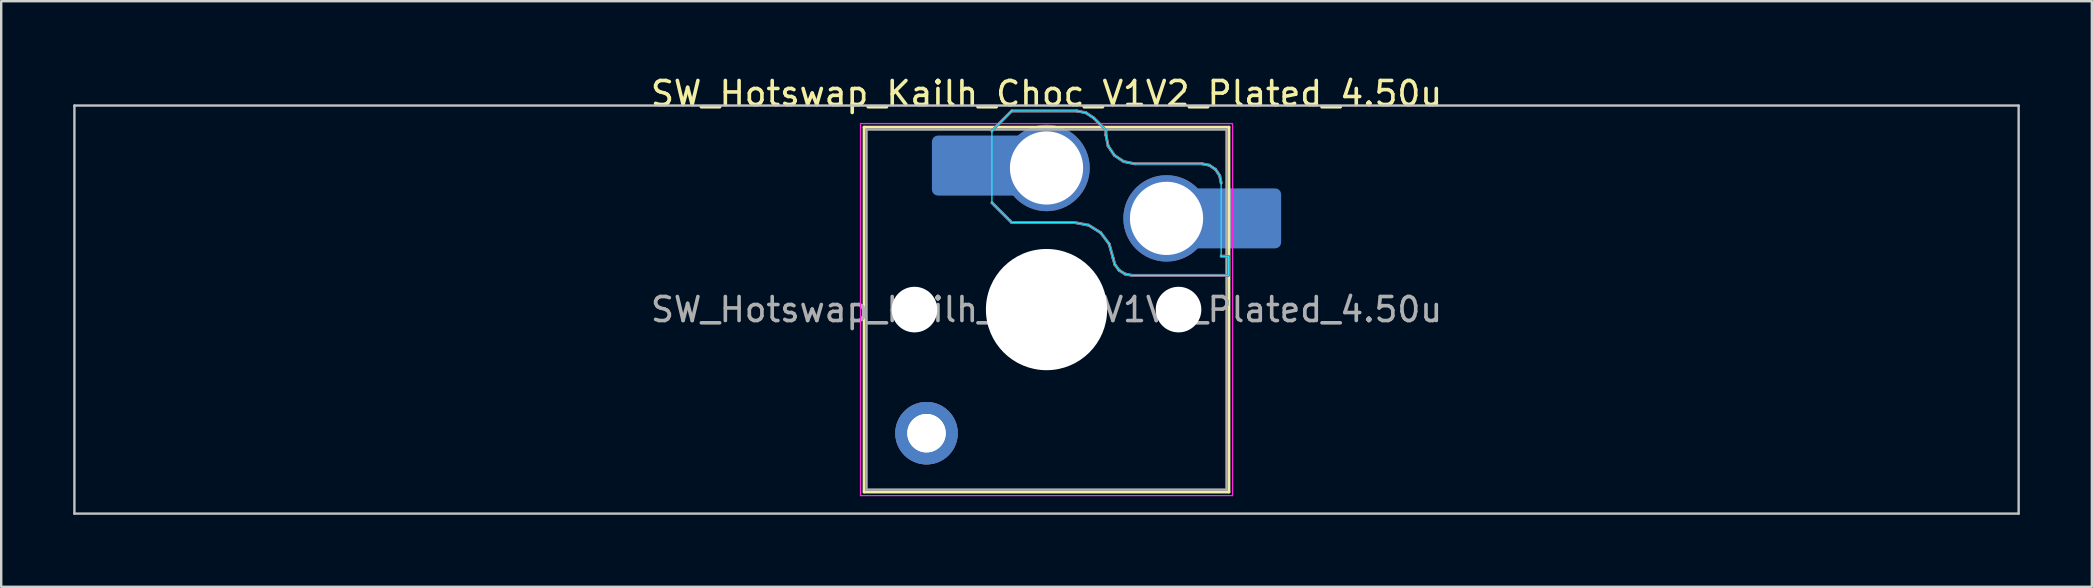
<source format=kicad_pcb>
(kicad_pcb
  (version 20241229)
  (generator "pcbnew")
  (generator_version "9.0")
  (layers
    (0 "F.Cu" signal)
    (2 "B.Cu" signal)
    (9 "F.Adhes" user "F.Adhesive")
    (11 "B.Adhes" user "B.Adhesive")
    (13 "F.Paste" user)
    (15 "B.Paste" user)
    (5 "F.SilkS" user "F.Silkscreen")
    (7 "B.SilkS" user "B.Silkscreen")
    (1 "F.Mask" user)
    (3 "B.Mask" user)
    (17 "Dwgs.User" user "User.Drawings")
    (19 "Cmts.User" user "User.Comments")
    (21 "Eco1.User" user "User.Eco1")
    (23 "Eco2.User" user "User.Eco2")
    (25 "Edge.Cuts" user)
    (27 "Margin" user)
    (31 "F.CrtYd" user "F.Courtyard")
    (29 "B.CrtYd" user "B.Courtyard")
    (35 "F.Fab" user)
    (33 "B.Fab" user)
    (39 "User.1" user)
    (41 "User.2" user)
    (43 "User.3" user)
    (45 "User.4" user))
  (footprint "SW_Hotswap_Kailh_Choc_V1V2_Plated_4.50u"
    (layer "F.Cu")
    (at 40.55 9.848)
    (property "Reference" "SW_Hotswap_Kailh_Choc_V1V2_Plated_4.50u" (at 0 -9 0) (layer "F.SilkS") (effects (font (size 1 1) (thickness 0.15))))
    (attr smd)
    (fp_line (start -7.6 -7.6) (end -7.6 7.6) (stroke (width 0.12) (type solid)) (layer "F.SilkS"))
    (fp_line (start -7.6 7.6) (end 7.6 7.6) (stroke (width 0.12) (type solid)) (layer "F.SilkS"))
    (fp_line (start 7.6 -7.6) (end -7.6 -7.6) (stroke (width 0.12) (type solid)) (layer "F.SilkS"))
    (fp_line (start 7.6 7.6) (end 7.6 -7.6) (stroke (width 0.12) (type solid)) (layer "F.SilkS"))
    (fp_line (start -2.275 -7.45) (end -1.45 -8.275) (stroke (width 0.12) (type solid)) (layer "B.SilkS"))
    (fp_line (start -1.45 -8.275) (end 1.261 -8.275) (stroke (width 0.12) (type solid)) (layer "B.SilkS"))
    (fp_line (start -1.45 -3.625) (end -2.275 -4.45) (stroke (width 0.12) (type solid)) (layer "B.SilkS"))
    (fp_line (start 1.175 -3.625) (end -1.45 -3.625) (stroke (width 0.12) (type solid)) (layer "B.SilkS"))
    (fp_line (start 1.261 -8.275) (end 1.643 -8.199) (stroke (width 0.12) (type solid)) (layer "B.SilkS"))
    (fp_line (start 1.643 -8.199) (end 1.968 -7.982) (stroke (width 0.12) (type solid)) (layer "B.SilkS"))
    (fp_line (start 1.756 -3.516) (end 1.175 -3.625) (stroke (width 0.12) (type solid)) (layer "B.SilkS"))
    (fp_line (start 1.968 -7.982) (end 2.475 -7.475) (stroke (width 0.12) (type solid)) (layer "B.SilkS"))
    (fp_line (start 2.258 -3.203) (end 1.756 -3.516) (stroke (width 0.12) (type solid)) (layer "B.SilkS"))
    (fp_line (start 2.475 -7.475) (end 2.475 -7.275) (stroke (width 0.12) (type solid)) (layer "B.SilkS"))
    (fp_line (start 2.475 -7.275) (end 2.566 -6.816) (stroke (width 0.12) (type solid)) (layer "B.SilkS"))
    (fp_line (start 2.566 -6.816) (end 2.826 -6.426) (stroke (width 0.12) (type solid)) (layer "B.SilkS"))
    (fp_line (start 2.612 -2.729) (end 2.258 -3.203) (stroke (width 0.12) (type solid)) (layer "B.SilkS"))
    (fp_line (start 2.769 -2.158) (end 2.612 -2.729) (stroke (width 0.12) (type solid)) (layer "B.SilkS"))
    (fp_line (start 2.826 -6.426) (end 3.216 -6.166) (stroke (width 0.12) (type solid)) (layer "B.SilkS"))
    (fp_line (start 2.848 -1.873) (end 2.769 -2.158) (stroke (width 0.12) (type solid)) (layer "B.SilkS"))
    (fp_line (start 3.025 -1.636) (end 2.848 -1.873) (stroke (width 0.12) (type solid)) (layer "B.SilkS"))
    (fp_line (start 3.216 -6.166) (end 3.675 -6.075) (stroke (width 0.12) (type solid)) (layer "B.SilkS"))
    (fp_line (start 3.276 -1.48) (end 3.025 -1.636) (stroke (width 0.12) (type solid)) (layer "B.SilkS"))
    (fp_line (start 3.567 -1.425) (end 3.276 -1.48) (stroke (width 0.12) (type solid)) (layer "B.SilkS"))
    (fp_line (start 3.675 -6.075) (end 6.475 -6.075) (stroke (width 0.12) (type solid)) (layer "B.SilkS"))
    (fp_line (start 6.475 -6.075) (end 6.781 -6.014) (stroke (width 0.12) (type solid)) (layer "B.SilkS"))
    (fp_line (start 6.781 -6.014) (end 7.041 -5.841) (stroke (width 0.12) (type solid)) (layer "B.SilkS"))
    (fp_line (start 7.041 -5.841) (end 7.214 -5.581) (stroke (width 0.12) (type solid)) (layer "B.SilkS"))
    (fp_line (start 7.214 -5.581) (end 7.275 -5.275) (stroke (width 0.12) (type solid)) (layer "B.SilkS"))
    (fp_line (start 7.275 -2.225) (end 7.575 -2.225) (stroke (width 0.12) (type solid)) (layer "B.SilkS"))
    (fp_line (start 7.575 -2.225) (end 7.575 -1.425) (stroke (width 0.12) (type solid)) (layer "B.SilkS"))
    (fp_line (start 7.575 -1.425) (end 3.567 -1.425) (stroke (width 0.12) (type solid)) (layer "B.SilkS"))
    (fp_line (start -40.5 -8.5) (end -40.5 8.5) (stroke (width 0.1) (type solid)) (layer "Dwgs.User"))
    (fp_line (start -40.5 8.5) (end 40.5 8.5) (stroke (width 0.1) (type solid)) (layer "Dwgs.User"))
    (fp_line (start 40.5 -8.5) (end -40.5 -8.5) (stroke (width 0.1) (type solid)) (layer "Dwgs.User"))
    (fp_line (start 40.5 8.5) (end 40.5 -8.5) (stroke (width 0.1) (type solid)) (layer "Dwgs.User"))
    (fp_line (start -7.25 -7.25) (end -7.25 7.25) (stroke (width 0.1) (type solid)) (layer "Eco1.User"))
    (fp_line (start -7.25 7.25) (end 7.25 7.25) (stroke (width 0.1) (type solid)) (layer "Eco1.User"))
    (fp_line (start 7.25 -7.25) (end -7.25 -7.25) (stroke (width 0.1) (type solid)) (layer "Eco1.User"))
    (fp_line (start 7.25 7.25) (end 7.25 -7.25) (stroke (width 0.1) (type solid)) (layer "Eco1.User"))
    (fp_line (start -2.275 -7.45) (end -1.45 -8.275) (stroke (width 0.05) (type solid)) (layer "B.CrtYd"))
    (fp_line (start -2.275 -4.45) (end -2.275 -7.45) (stroke (width 0.05) (type solid)) (layer "B.CrtYd"))
    (fp_line (start -1.45 -8.275) (end 1.261 -8.275) (stroke (width 0.05) (type solid)) (layer "B.CrtYd"))
    (fp_line (start -1.45 -3.625) (end -2.275 -4.45) (stroke (width 0.05) (type solid)) (layer "B.CrtYd"))
    (fp_line (start 1.175 -3.625) (end -1.45 -3.625) (stroke (width 0.05) (type solid)) (layer "B.CrtYd"))
    (fp_line (start 1.261 -8.275) (end 1.643 -8.199) (stroke (width 0.05) (type solid)) (layer "B.CrtYd"))
    (fp_line (start 1.643 -8.199) (end 1.968 -7.982) (stroke (width 0.05) (type solid)) (layer "B.CrtYd"))
    (fp_line (start 1.756 -3.516) (end 1.175 -3.625) (stroke (width 0.05) (type solid)) (layer "B.CrtYd"))
    (fp_line (start 1.968 -7.982) (end 2.475 -7.475) (stroke (width 0.05) (type solid)) (layer "B.CrtYd"))
    (fp_line (start 2.258 -3.203) (end 1.756 -3.516) (stroke (width 0.05) (type solid)) (layer "B.CrtYd"))
    (fp_line (start 2.475 -7.475) (end 2.475 -7.275) (stroke (width 0.05) (type solid)) (layer "B.CrtYd"))
    (fp_line (start 2.475 -7.275) (end 2.566 -6.816) (stroke (width 0.05) (type solid)) (layer "B.CrtYd"))
    (fp_line (start 2.566 -6.816) (end 2.826 -6.426) (stroke (width 0.05) (type solid)) (layer "B.CrtYd"))
    (fp_line (start 2.612 -2.729) (end 2.258 -3.203) (stroke (width 0.05) (type solid)) (layer "B.CrtYd"))
    (fp_line (start 2.769 -2.158) (end 2.612 -2.729) (stroke (width 0.05) (type solid)) (layer "B.CrtYd"))
    (fp_line (start 2.826 -6.426) (end 3.216 -6.166) (stroke (width 0.05) (type solid)) (layer "B.CrtYd"))
    (fp_line (start 2.848 -1.873) (end 2.769 -2.158) (stroke (width 0.05) (type solid)) (layer "B.CrtYd"))
    (fp_line (start 3.025 -1.636) (end 2.848 -1.873) (stroke (width 0.05) (type solid)) (layer "B.CrtYd"))
    (fp_line (start 3.216 -6.166) (end 3.675 -6.075) (stroke (width 0.05) (type solid)) (layer "B.CrtYd"))
    (fp_line (start 3.276 -1.48) (end 3.025 -1.636) (stroke (width 0.05) (type solid)) (layer "B.CrtYd"))
    (fp_line (start 3.567 -1.425) (end 3.276 -1.48) (stroke (width 0.05) (type solid)) (layer "B.CrtYd"))
    (fp_line (start 3.675 -6.075) (end 6.475 -6.075) (stroke (width 0.05) (type solid)) (layer "B.CrtYd"))
    (fp_line (start 6.475 -6.075) (end 6.781 -6.014) (stroke (width 0.05) (type solid)) (layer "B.CrtYd"))
    (fp_line (start 6.781 -6.014) (end 7.041 -5.841) (stroke (width 0.05) (type solid)) (layer "B.CrtYd"))
    (fp_line (start 7.041 -5.841) (end 7.214 -5.581) (stroke (width 0.05) (type solid)) (layer "B.CrtYd"))
    (fp_line (start 7.214 -5.581) (end 7.275 -5.275) (stroke (width 0.05) (type solid)) (layer "B.CrtYd"))
    (fp_line (start 7.275 -5.275) (end 7.275 -2.225) (stroke (width 0.05) (type solid)) (layer "B.CrtYd"))
    (fp_line (start 7.275 -2.225) (end 7.575 -2.225) (stroke (width 0.05) (type solid)) (layer "B.CrtYd"))
    (fp_line (start 7.575 -2.225) (end 7.575 -1.425) (stroke (width 0.05) (type solid)) (layer "B.CrtYd"))
    (fp_line (start 7.575 -1.425) (end 3.567 -1.425) (stroke (width 0.05) (type solid)) (layer "B.CrtYd"))
    (fp_line (start -7.75 -7.75) (end -7.75 7.75) (stroke (width 0.05) (type solid)) (layer "F.CrtYd"))
    (fp_line (start -7.75 7.75) (end 7.75 7.75) (stroke (width 0.05) (type solid)) (layer "F.CrtYd"))
    (fp_line (start 7.75 -7.75) (end -7.75 -7.75) (stroke (width 0.05) (type solid)) (layer "F.CrtYd"))
    (fp_line (start 7.75 7.75) (end 7.75 -7.75) (stroke (width 0.05) (type solid)) (layer "F.CrtYd"))
    (fp_line (start -2.275 -7.45) (end -1.45 -8.275) (stroke (width 0.1) (type solid)) (layer "B.Fab"))
    (fp_line (start -1.45 -8.275) (end 1.261 -8.275) (stroke (width 0.1) (type solid)) (layer "B.Fab"))
    (fp_line (start -1.45 -3.625) (end -2.275 -4.45) (stroke (width 0.1) (type solid)) (layer "B.Fab"))
    (fp_line (start 1.175 -3.625) (end -1.45 -3.625) (stroke (width 0.1) (type solid)) (layer "B.Fab"))
    (fp_line (start 1.261 -8.275) (end 1.643 -8.199) (stroke (width 0.1) (type solid)) (layer "B.Fab"))
    (fp_line (start 1.643 -8.199) (end 1.968 -7.982) (stroke (width 0.1) (type solid)) (layer "B.Fab"))
    (fp_line (start 1.756 -3.516) (end 1.175 -3.625) (stroke (width 0.1) (type solid)) (layer "B.Fab"))
    (fp_line (start 1.968 -7.982) (end 2.475 -7.475) (stroke (width 0.1) (type solid)) (layer "B.Fab"))
    (fp_line (start 2.258 -3.203) (end 1.756 -3.516) (stroke (width 0.1) (type solid)) (layer "B.Fab"))
    (fp_line (start 2.475 -7.475) (end 2.475 -7.275) (stroke (width 0.1) (type solid)) (layer "B.Fab"))
    (fp_line (start 2.475 -7.275) (end 2.566 -6.816) (stroke (width 0.1) (type solid)) (layer "B.Fab"))
    (fp_line (start 2.566 -6.816) (end 2.826 -6.426) (stroke (width 0.1) (type solid)) (layer "B.Fab"))
    (fp_line (start 2.612 -2.729) (end 2.258 -3.203) (stroke (width 0.1) (type solid)) (layer "B.Fab"))
    (fp_line (start 2.769 -2.158) (end 2.612 -2.729) (stroke (width 0.1) (type solid)) (layer "B.Fab"))
    (fp_line (start 2.826 -6.426) (end 3.216 -6.166) (stroke (width 0.1) (type solid)) (layer "B.Fab"))
    (fp_line (start 2.848 -1.873) (end 2.769 -2.158) (stroke (width 0.1) (type solid)) (layer "B.Fab"))
    (fp_line (start 3.025 -1.636) (end 2.848 -1.873) (stroke (width 0.1) (type solid)) (layer "B.Fab"))
    (fp_line (start 3.216 -6.166) (end 3.675 -6.075) (stroke (width 0.1) (type solid)) (layer "B.Fab"))
    (fp_line (start 3.276 -1.48) (end 3.025 -1.636) (stroke (width 0.1) (type solid)) (layer "B.Fab"))
    (fp_line (start 3.567 -1.425) (end 3.276 -1.48) (stroke (width 0.1) (type solid)) (layer "B.Fab"))
    (fp_line (start 3.675 -6.075) (end 6.475 -6.075) (stroke (width 0.1) (type solid)) (layer "B.Fab"))
    (fp_line (start 6.475 -6.075) (end 6.781 -6.014) (stroke (width 0.1) (type solid)) (layer "B.Fab"))
    (fp_line (start 6.781 -6.014) (end 7.041 -5.841) (stroke (width 0.1) (type solid)) (layer "B.Fab"))
    (fp_line (start 7.041 -5.841) (end 7.214 -5.581) (stroke (width 0.1) (type solid)) (layer "B.Fab"))
    (fp_line (start 7.214 -5.581) (end 7.275 -5.275) (stroke (width 0.1) (type solid)) (layer "B.Fab"))
    (fp_line (start 7.275 -2.225) (end 7.575 -2.225) (stroke (width 0.1) (type solid)) (layer "B.Fab"))
    (fp_line (start 7.575 -2.225) (end 7.575 -1.425) (stroke (width 0.1) (type solid)) (layer "B.Fab"))
    (fp_line (start 7.575 -1.425) (end 3.567 -1.425) (stroke (width 0.1) (type solid)) (layer "B.Fab"))
    (fp_line (start -7.5 -7.5) (end -7.5 7.5) (stroke (width 0.1) (type solid)) (layer "F.Fab"))
    (fp_line (start -7.5 7.5) (end 7.5 7.5) (stroke (width 0.1) (type solid)) (layer "F.Fab"))
    (fp_line (start 7.5 -7.5) (end -7.5 -7.5) (stroke (width 0.1) (type solid)) (layer "F.Fab"))
    (fp_line (start 7.5 7.5) (end 7.5 -7.5) (stroke (width 0.1) (type solid)) (layer "F.Fab"))
    (fp_text user "${REFERENCE}" (at 0 0 0) (layer "F.Fab") (effects (font (size 1 1) (thickness 0.15))))
    (pad "" np_thru_hole circle (at -5.5 0) (size 1.9 1.9) (drill 1.9) (layers "*.Cu" "*.Mask"))
    (pad "" thru_hole circle (at -5 5.15) (size 2.6 2.6) (drill 1.6) (layers "*.Cu" "B.Mask"))
    (pad "" thru_hole circle (at -5 5.15) (size 2.6 2.6) (drill 1.6) (layers "*.Cu" "B.Mask"))
    (pad "" smd roundrect (at -3.5 -6) (size 2.55 2.5) (layers "B.Mask" "B.Paste") (roundrect_rratio 0.1))
    (pad "" np_thru_hole circle (at 0 0) (size 5.05 5.05) (drill 5.05) (layers "*.Cu" "*.Mask"))
    (pad "" np_thru_hole circle (at 5.5 0) (size 1.9 1.9) (drill 1.9) (layers "*.Cu" "*.Mask"))
    (pad "" smd roundrect (at 8.5 -3.8) (size 2.55 2.5) (layers "B.Mask" "B.Paste") (roundrect_rratio 0.1))
    (pad "1" smd roundrect (at -2.85 -6) (size 3.85 2.5) (layers "B.Cu") (roundrect_rratio 0.1))
    (pad "1" thru_hole circle (at 0 -5.9) (size 3.6 3.6) (drill 3.05) (layers "*.Cu" "B.Mask"))
    (pad "2" thru_hole circle (at 5 -3.8) (size 3.6 3.6) (drill 3.05) (layers "*.Cu" "B.Mask"))
    (pad "2" smd roundrect (at 7.85 -3.8) (size 3.85 2.5) (layers "B.Cu") (roundrect_rratio 0.1)))
  (gr_rect
    (start -3 -3)
    (end 84.1 21.398)
    (stroke (width 0.1) (type default))
    (fill no)
    (layer "Edge.Cuts")))
</source>
